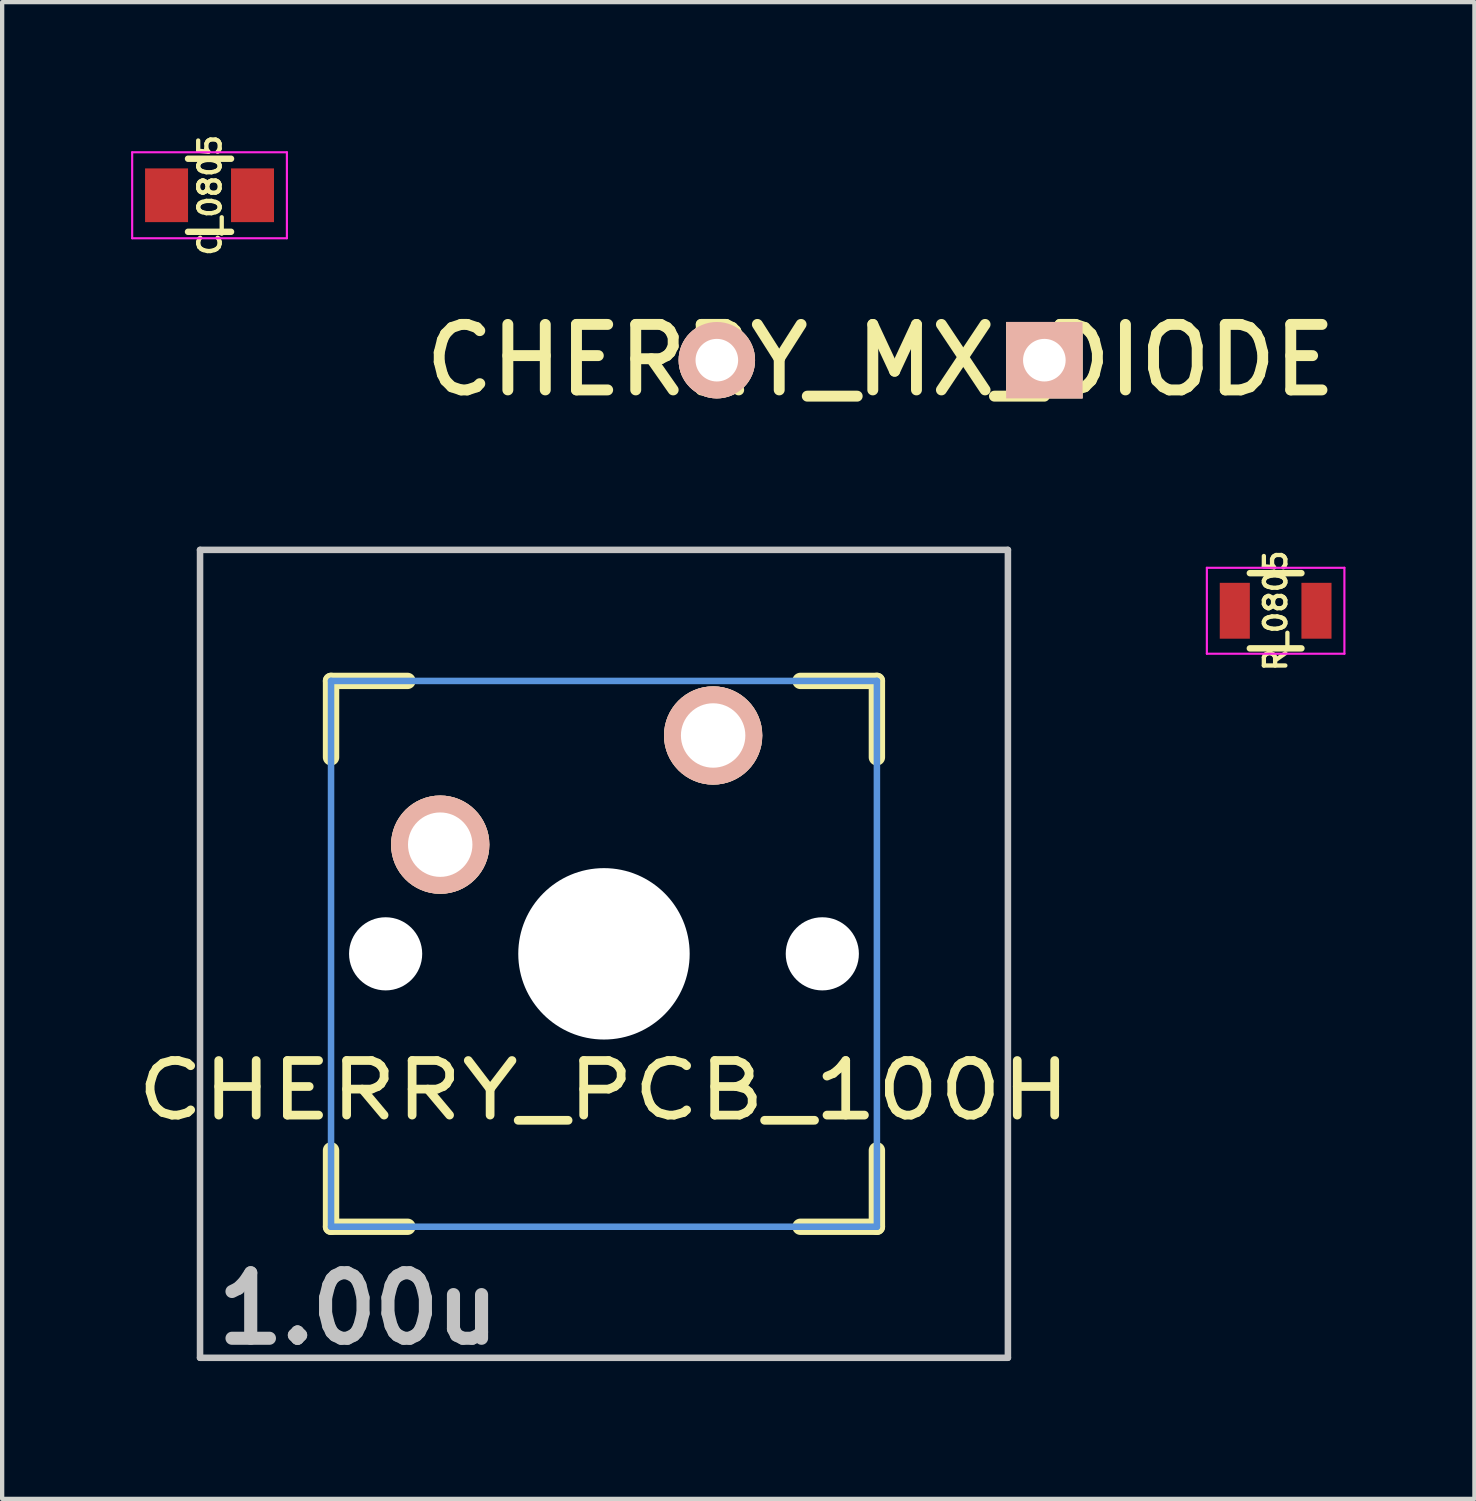
<source format=kicad_pcb>
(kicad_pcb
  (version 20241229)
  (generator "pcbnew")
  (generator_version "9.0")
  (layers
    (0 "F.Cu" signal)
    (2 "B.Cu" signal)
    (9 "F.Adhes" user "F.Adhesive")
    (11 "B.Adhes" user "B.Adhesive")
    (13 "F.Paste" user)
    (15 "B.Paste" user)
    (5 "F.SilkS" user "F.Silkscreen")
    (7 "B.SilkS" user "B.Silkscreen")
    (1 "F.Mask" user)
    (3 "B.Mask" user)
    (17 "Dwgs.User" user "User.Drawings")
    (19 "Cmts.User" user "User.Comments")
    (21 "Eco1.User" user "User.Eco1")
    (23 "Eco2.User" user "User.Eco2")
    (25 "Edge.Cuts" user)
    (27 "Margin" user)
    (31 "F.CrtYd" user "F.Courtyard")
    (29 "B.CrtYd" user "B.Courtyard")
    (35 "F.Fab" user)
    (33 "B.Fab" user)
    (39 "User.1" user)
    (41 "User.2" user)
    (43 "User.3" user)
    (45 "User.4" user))
  (footprint "C_0805"
    (layer "F.Cu")
    (at 1.825 1.493)
    (property "Reference" "C_0805" (at 0.01 0 90) (layer "F.SilkS") (effects (font (size 0.5 0.5) (thickness 0.1))))
    (attr smd)
    (fp_line (start -0.5 0.85) (end 0.5 0.85) (stroke (width 0.15) (type solid)) (layer "F.SilkS"))
    (fp_line (start 0.5 -0.85) (end -0.5 -0.85) (stroke (width 0.15) (type solid)) (layer "F.SilkS"))
    (fp_line (start -1.8 -1) (end -1.8 1) (stroke (width 0.05) (type solid)) (layer "F.CrtYd"))
    (fp_line (start -1.8 -1) (end 1.8 -1) (stroke (width 0.05) (type solid)) (layer "F.CrtYd"))
    (fp_line (start -1.8 1) (end 1.8 1) (stroke (width 0.05) (type solid)) (layer "F.CrtYd"))
    (fp_line (start 1.8 -1) (end 1.8 1) (stroke (width 0.05) (type solid)) (layer "F.CrtYd"))
    (pad "1" smd rect (at -1 0) (size 1 1.25) (layers "F.Cu" "F.Mask" "F.Paste"))
    (pad "2" smd rect (at 1 0) (size 1 1.25) (layers "F.Cu" "F.Mask" "F.Paste")))
  (footprint "R_0805"
    (layer "F.Cu")
    (at 26.629 11.16)
    (property "Reference" "R_0805" (at 0 0 90) (layer "F.SilkS") (effects (font (size 0.5 0.5) (thickness 0.1))))
    (attr smd)
    (fp_line (start -0.6 -0.875) (end 0.6 -0.875) (stroke (width 0.15) (type solid)) (layer "F.SilkS"))
    (fp_line (start 0.6 0.875) (end -0.6 0.875) (stroke (width 0.15) (type solid)) (layer "F.SilkS"))
    (fp_line (start -1.6 -1) (end -1.6 1) (stroke (width 0.05) (type solid)) (layer "F.CrtYd"))
    (fp_line (start -1.6 -1) (end 1.6 -1) (stroke (width 0.05) (type solid)) (layer "F.CrtYd"))
    (fp_line (start -1.6 1) (end 1.6 1) (stroke (width 0.05) (type solid)) (layer "F.CrtYd"))
    (fp_line (start 1.6 -1) (end 1.6 1) (stroke (width 0.05) (type solid)) (layer "F.CrtYd"))
    (pad "1" smd rect (at -0.95 0) (size 0.7 1.3) (layers "F.Cu" "F.Mask" "F.Paste"))
    (pad "2" smd rect (at 0.95 0) (size 0.7 1.3) (layers "F.Cu" "F.Mask" "F.Paste")))
  (footprint "CHERRY_PCB_100H"
    (layer "F.Cu")
    (at 11.002 19.142)
    (property "Reference" "CHERRY_PCB_100H" (at 0 3.175 0) (layer "F.SilkS") (effects (font (size 1.27 1.524) (thickness 0.203))))
    (attr through_hole)
    (fp_line (start -6.35 -6.35) (end -4.572 -6.35) (stroke (width 0.381) (type solid)) (layer "F.SilkS"))
    (fp_line (start -6.35 -4.572) (end -6.35 -6.35) (stroke (width 0.381) (type solid)) (layer "F.SilkS"))
    (fp_line (start -6.35 6.35) (end -6.35 4.572) (stroke (width 0.381) (type solid)) (layer "F.SilkS"))
    (fp_line (start -4.572 6.35) (end -6.35 6.35) (stroke (width 0.381) (type solid)) (layer "F.SilkS"))
    (fp_line (start 4.572 -6.35) (end 6.35 -6.35) (stroke (width 0.381) (type solid)) (layer "F.SilkS"))
    (fp_line (start 6.35 -6.35) (end 6.35 -4.572) (stroke (width 0.381) (type solid)) (layer "F.SilkS"))
    (fp_line (start 6.35 4.572) (end 6.35 6.35) (stroke (width 0.381) (type solid)) (layer "F.SilkS"))
    (fp_line (start 6.35 6.35) (end 4.572 6.35) (stroke (width 0.381) (type solid)) (layer "F.SilkS"))
    (fp_line (start -9.398 -9.398) (end 9.398 -9.398) (stroke (width 0.152) (type solid)) (layer "Dwgs.User"))
    (fp_line (start -9.398 9.398) (end -9.398 -9.398) (stroke (width 0.152) (type solid)) (layer "Dwgs.User"))
    (fp_line (start 9.398 -9.398) (end 9.398 9.398) (stroke (width 0.152) (type solid)) (layer "Dwgs.User"))
    (fp_line (start 9.398 9.398) (end -9.398 9.398) (stroke (width 0.152) (type solid)) (layer "Dwgs.User"))
    (fp_line (start -6.35 -6.35) (end 6.35 -6.35) (stroke (width 0.152) (type solid)) (layer "Cmts.User"))
    (fp_line (start -6.35 6.35) (end -6.35 -6.35) (stroke (width 0.152) (type solid)) (layer "Cmts.User"))
    (fp_line (start 6.35 -6.35) (end 6.35 6.35) (stroke (width 0.152) (type solid)) (layer "Cmts.User"))
    (fp_line (start 6.35 6.35) (end -6.35 6.35) (stroke (width 0.152) (type solid)) (layer "Cmts.User"))
    (fp_line (start -6.985 -6.985) (end 6.985 -6.985) (stroke (width 0.152) (type solid)) (layer "Eco2.User"))
    (fp_line (start -6.985 6.985) (end -6.985 -6.985) (stroke (width 0.152) (type solid)) (layer "Eco2.User"))
    (fp_line (start 6.985 -6.985) (end 6.985 6.985) (stroke (width 0.152) (type solid)) (layer "Eco2.User"))
    (fp_line (start 6.985 6.985) (end -6.985 6.985) (stroke (width 0.152) (type solid)) (layer "Eco2.User"))
    (fp_text user "1.00u" (at -5.715 8.255 0) (layer "Dwgs.User") (effects (font (size 1.524 1.524) (thickness 0.305))))
    (pad "" np_thru_hole circle (at -5.08 0) (size 1.702 1.702) (drill 1.702) (layers "*.Cu"))
    (pad "" np_thru_hole circle (at 0 0) (size 3.988 3.988) (drill 3.988) (layers "*.Cu"))
    (pad "" np_thru_hole circle (at 5.08 0) (size 1.702 1.702) (drill 1.702) (layers "*.Cu"))
    (pad "1" thru_hole circle (at 2.54 -5.08) (size 2.286 2.286) (drill 1.499) (layers "*.Cu" "*.SilkS" "*.Mask"))
    (pad "2" thru_hole circle (at -3.81 -2.54) (size 2.286 2.286) (drill 1.499) (layers "*.Cu" "*.SilkS" "*.Mask")))
  (footprint "CHERRY_MX_DIODE"
    (layer "F.Cu")
    (at 17.438 0.25)
    (property "Reference" "CHERRY_MX_DIODE" (at 0 5.08 0) (layer "F.SilkS") (effects (font (size 1.524 1.524) (thickness 0.254))))
    (attr through_hole)
    (pad "1" thru_hole circle (at -3.81 5.08) (size 1.778 1.778) (drill 0.991) (layers "*.Cu" "*.SilkS" "*.Mask"))
    (pad "2" thru_hole rect (at 3.81 5.08) (size 1.778 1.778) (drill 0.991) (layers "*.Cu" "*.SilkS" "*.Mask")))
  (gr_rect
    (start -3 -3)
    (end 31.254 31.823)
    (stroke (width 0.1) (type default))
    (fill no)
    (layer "Edge.Cuts")))
</source>
